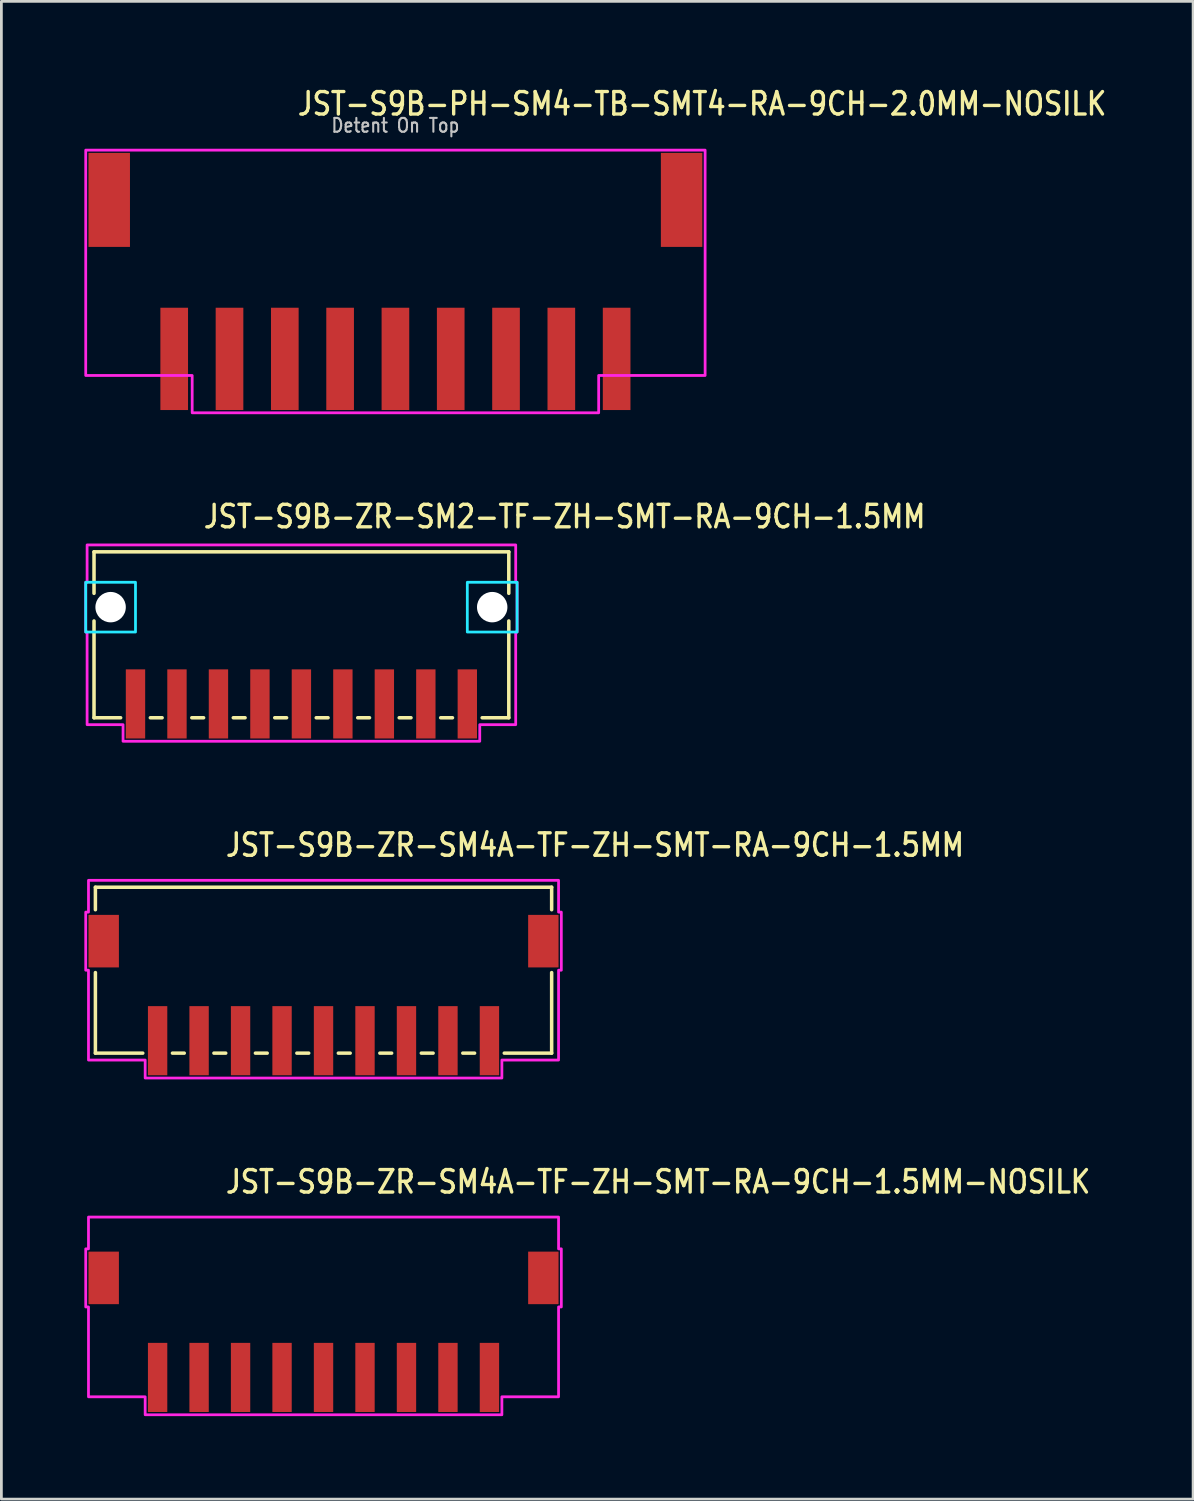
<source format=kicad_pcb>
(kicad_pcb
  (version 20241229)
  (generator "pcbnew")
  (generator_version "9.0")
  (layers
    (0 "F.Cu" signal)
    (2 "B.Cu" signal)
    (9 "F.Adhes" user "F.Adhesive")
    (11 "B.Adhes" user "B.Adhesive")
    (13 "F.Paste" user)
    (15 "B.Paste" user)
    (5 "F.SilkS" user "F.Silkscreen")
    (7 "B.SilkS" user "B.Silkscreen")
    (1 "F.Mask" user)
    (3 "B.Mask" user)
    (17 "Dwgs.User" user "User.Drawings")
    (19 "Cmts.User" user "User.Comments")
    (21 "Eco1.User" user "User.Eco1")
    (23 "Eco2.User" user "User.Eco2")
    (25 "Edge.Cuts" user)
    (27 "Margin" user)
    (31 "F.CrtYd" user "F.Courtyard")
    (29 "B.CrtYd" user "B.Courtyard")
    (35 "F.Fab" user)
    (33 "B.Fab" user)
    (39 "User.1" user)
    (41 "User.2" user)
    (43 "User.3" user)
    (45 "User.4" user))
  (footprint "JST-S9B-ZR-SM2-TF-ZH-SMT-RA-9CH-1.5MM"
    (layer "F.Cu")
    (at 7.85 18.907)
    (property "Reference" "JST-S9B-ZR-SM2-TF-ZH-SMT-RA-9CH-1.5MM" (at -3.6 -2.8 0) (unlocked yes) (layer "F.SilkS") (effects (font (size 0.813 0.695) (thickness 0.122)) (justify left bottom)))
    (fp_line (start -7.5 -2) (end -7.5 -0.5) (stroke (width 0.127) (type solid)) (layer "F.SilkS"))
    (fp_line (start -7.5 -2) (end 7.5 -2) (stroke (width 0.127) (type solid)) (layer "F.SilkS"))
    (fp_line (start -7.5 4) (end -7.5 0.5) (stroke (width 0.127) (type solid)) (layer "F.SilkS"))
    (fp_line (start -7.5 4) (end -6.537 4) (stroke (width 0.127) (type solid)) (layer "F.SilkS"))
    (fp_line (start -5.463 4) (end -5.037 4) (stroke (width 0.127) (type solid)) (layer "F.SilkS"))
    (fp_line (start -3.963 4) (end -3.537 4) (stroke (width 0.127) (type solid)) (layer "F.SilkS"))
    (fp_line (start -2.463 4) (end -2.037 4) (stroke (width 0.127) (type solid)) (layer "F.SilkS"))
    (fp_line (start -0.964 4) (end -0.536 4) (stroke (width 0.127) (type solid)) (layer "F.SilkS"))
    (fp_line (start 0.536 4) (end 0.964 4) (stroke (width 0.127) (type solid)) (layer "F.SilkS"))
    (fp_line (start 2.037 4) (end 2.463 4) (stroke (width 0.127) (type solid)) (layer "F.SilkS"))
    (fp_line (start 3.537 4) (end 3.963 4) (stroke (width 0.127) (type solid)) (layer "F.SilkS"))
    (fp_line (start 5.037 4) (end 5.463 4) (stroke (width 0.127) (type solid)) (layer "F.SilkS"))
    (fp_line (start 6.537 4) (end 7.5 4) (stroke (width 0.127) (type solid)) (layer "F.SilkS"))
    (fp_line (start 7.5 -0.5) (end 7.5 -2) (stroke (width 0.127) (type solid)) (layer "F.SilkS"))
    (fp_line (start 7.5 0.5) (end 7.5 4) (stroke (width 0.127) (type solid)) (layer "F.SilkS"))
    (fp_poly (pts (xy -7.8 -0.9) (xy -7.8 0.9) (xy -6 0.9) (xy -6 -0.9)) (stroke (width 0.1) (type solid)) (fill no) (layer "B.CrtYd"))
    (fp_poly (pts (xy 7.8 -0.9) (xy 7.8 0.9) (xy 6 0.9) (xy 6 -0.9)) (stroke (width 0.1) (type solid)) (fill no) (layer "B.CrtYd"))
    (fp_poly (pts (xy -7.75 -2.25) (xy -7.75 -0.9) (xy -7.8 -0.9) (xy -7.8 0.9) (xy -7.75 0.9) (xy -7.75 4.25) (xy -6.45 4.25) (xy -6.45 4.85) (xy 6.45 4.85) (xy 6.45 4.25) (xy 7.75 4.25) (xy 7.75 0.9) (xy 7.8 0.9) (xy 7.8 -0.9) (xy 7.75 -0.9) (xy 7.75 -2.25)) (stroke (width 0.1) (type solid)) (fill no) (layer "F.CrtYd"))
    (pad "" np_thru_hole circle (at -6.9 0) (size 1.1 1.1) (drill 1.1) (layers "*.Cu" "*.Mask"))
    (pad "" np_thru_hole circle (at 6.9 0) (size 1.1 1.1) (drill 1.1) (layers "*.Cu" "*.Mask"))
    (pad "P$1" smd rect (at 6 3.5) (size 0.7 2.5) (layers "F.Cu" "F.Mask" "F.Paste"))
    (pad "P$2" smd rect (at 4.5 3.5) (size 0.7 2.5) (layers "F.Cu" "F.Mask" "F.Paste"))
    (pad "P$3" smd rect (at 3 3.5) (size 0.7 2.5) (layers "F.Cu" "F.Mask" "F.Paste"))
    (pad "P$4" smd rect (at 1.5 3.5) (size 0.7 2.5) (layers "F.Cu" "F.Mask" "F.Paste"))
    (pad "P$5" smd rect (at 0 3.5) (size 0.7 2.5) (layers "F.Cu" "F.Mask" "F.Paste"))
    (pad "P$6" smd rect (at -1.5 3.5) (size 0.7 2.5) (layers "F.Cu" "F.Mask" "F.Paste"))
    (pad "P$7" smd rect (at -3 3.5) (size 0.7 2.5) (layers "F.Cu" "F.Mask" "F.Paste"))
    (pad "P$8" smd rect (at -4.5 3.5) (size 0.7 2.5) (layers "F.Cu" "F.Mask" "F.Paste"))
    (pad "P$9" smd rect (at -6 3.5) (size 0.7 2.5) (layers "F.Cu" "F.Mask" "F.Paste")))
  (footprint "JST-S9B-ZR-SM4A-TF-ZH-SMT-RA-9CH-1.5MM-NOSILK"
    (layer "F.Cu")
    (at 8.65 43.164)
    (property "Reference" "JST-S9B-ZR-SM4A-TF-ZH-SMT-RA-9CH-1.5MM-NOSILK" (at -3.6 -3 0) (unlocked yes) (layer "F.SilkS") (effects (font (size 0.813 0.695) (thickness 0.122)) (justify left bottom)))
    (fp_poly (pts (xy -8.5 -2.2) (xy -8.5 -1.05) (xy -8.6 -1.05) (xy -8.6 1.05) (xy -8.5 1.05) (xy -8.5 4.3) (xy -6.45 4.3) (xy -6.45 4.95) (xy 6.45 4.95) (xy 6.45 4.3) (xy 8.5 4.3) (xy 8.5 1.05) (xy 8.6 1.05) (xy 8.6 -1.05) (xy 8.5 -1.05) (xy 8.5 -2.2)) (stroke (width 0.1) (type solid)) (fill no) (layer "F.CrtYd"))
    (pad "P$1" smd rect (at 6 3.6) (size 0.7 2.5) (layers "F.Cu" "F.Mask" "F.Paste"))
    (pad "P$2" smd rect (at 4.5 3.6) (size 0.7 2.5) (layers "F.Cu" "F.Mask" "F.Paste"))
    (pad "P$3" smd rect (at 3 3.6) (size 0.7 2.5) (layers "F.Cu" "F.Mask" "F.Paste"))
    (pad "P$4" smd rect (at 1.5 3.6) (size 0.7 2.5) (layers "F.Cu" "F.Mask" "F.Paste"))
    (pad "P$5" smd rect (at 0 3.6) (size 0.7 2.5) (layers "F.Cu" "F.Mask" "F.Paste"))
    (pad "P$6" smd rect (at -1.5 3.6) (size 0.7 2.5) (layers "F.Cu" "F.Mask" "F.Paste"))
    (pad "P$7" smd rect (at -3 3.6) (size 0.7 2.5) (layers "F.Cu" "F.Mask" "F.Paste"))
    (pad "P$8" smd rect (at -4.5 3.6) (size 0.7 2.5) (layers "F.Cu" "F.Mask" "F.Paste"))
    (pad "P$9" smd rect (at -6 3.6) (size 0.7 2.5) (layers "F.Cu" "F.Mask" "F.Paste"))
    (pad "S$1" smd rect (at -7.95 0) (size 1.1 1.9) (layers "F.Cu" "F.Mask" "F.Paste"))
    (pad "S$2" smd rect (at 7.95 0) (size 1.1 1.9) (layers "F.Cu" "F.Mask" "F.Paste")))
  (footprint "JST-S9B-PH-SM4-TB-SMT4-RA-9CH-2.0MM-NOSILK"
    (layer "F.Cu")
    (at 11.25 4.179)
    (property "Reference" "JST-S9B-PH-SM4-TB-SMT4-RA-9CH-2.0MM-NOSILK" (at -3.6 -3 0) (unlocked yes) (layer "F.SilkS") (effects (font (size 0.813 0.695) (thickness 0.122)) (justify left bottom)))
    (fp_poly (pts (xy -11.2 -1.8) (xy -11.2 6.35) (xy -7.35 6.35) (xy -7.35 7.7) (xy 7.35 7.7) (xy 7.35 6.35) (xy 11.2 6.35) (xy 11.2 -1.8)) (stroke (width 0.1) (type solid)) (fill no) (layer "F.CrtYd"))
    (fp_text user "Detent On Top" (at 0 -2.4 0) (unlocked yes) (layer "Dwgs.User") (effects (font (size 0.5 0.427) (thickness 0.075)) (justify bottom)))
    (pad "P$1" smd rect (at 8 5.75) (size 1 3.7) (layers "F.Cu" "F.Mask" "F.Paste"))
    (pad "P$2" smd rect (at 6 5.75) (size 1 3.7) (layers "F.Cu" "F.Mask" "F.Paste"))
    (pad "P$3" smd rect (at 4 5.75) (size 1 3.7) (layers "F.Cu" "F.Mask" "F.Paste"))
    (pad "P$4" smd rect (at 2 5.75) (size 1 3.7) (layers "F.Cu" "F.Mask" "F.Paste"))
    (pad "P$5" smd rect (at 0 5.75) (size 1 3.7) (layers "F.Cu" "F.Mask" "F.Paste"))
    (pad "P$6" smd rect (at -2 5.75) (size 1 3.7) (layers "F.Cu" "F.Mask" "F.Paste"))
    (pad "P$7" smd rect (at -4 5.75) (size 1 3.7) (layers "F.Cu" "F.Mask" "F.Paste"))
    (pad "P$8" smd rect (at -6 5.75) (size 1 3.7) (layers "F.Cu" "F.Mask" "F.Paste"))
    (pad "P$9" smd rect (at -8 5.75) (size 1 3.7) (layers "F.Cu" "F.Mask" "F.Paste"))
    (pad "S$1" smd rect (at -10.35 0) (size 1.5 3.4) (layers "F.Cu" "F.Mask" "F.Paste"))
    (pad "S$2" smd rect (at 10.35 0) (size 1.5 3.4) (layers "F.Cu" "F.Mask" "F.Paste")))
  (footprint "JST-S9B-ZR-SM4A-TF-ZH-SMT-RA-9CH-1.5MM"
    (layer "F.Cu")
    (at 8.65 30.986)
    (property "Reference" "JST-S9B-ZR-SM4A-TF-ZH-SMT-RA-9CH-1.5MM" (at -3.6 -3 0) (unlocked yes) (layer "F.SilkS") (effects (font (size 0.813 0.695) (thickness 0.122)) (justify left bottom)))
    (fp_line (start -8.25 -1.95) (end -8.25 -1.137) (stroke (width 0.127) (type solid)) (layer "F.SilkS"))
    (fp_line (start -8.25 -1.95) (end 8.25 -1.95) (stroke (width 0.127) (type solid)) (layer "F.SilkS"))
    (fp_line (start -8.25 4.05) (end -8.25 1.137) (stroke (width 0.127) (type solid)) (layer "F.SilkS"))
    (fp_line (start -8.25 4.05) (end -6.537 4.05) (stroke (width 0.127) (type solid)) (layer "F.SilkS"))
    (fp_line (start -5.463 4.05) (end -5.037 4.05) (stroke (width 0.127) (type solid)) (layer "F.SilkS"))
    (fp_line (start -3.963 4.05) (end -3.537 4.05) (stroke (width 0.127) (type solid)) (layer "F.SilkS"))
    (fp_line (start -2.463 4.05) (end -2.037 4.05) (stroke (width 0.127) (type solid)) (layer "F.SilkS"))
    (fp_line (start -0.964 4.05) (end -0.536 4.05) (stroke (width 0.127) (type solid)) (layer "F.SilkS"))
    (fp_line (start 0.536 4.05) (end 0.964 4.05) (stroke (width 0.127) (type solid)) (layer "F.SilkS"))
    (fp_line (start 2.037 4.05) (end 2.463 4.05) (stroke (width 0.127) (type solid)) (layer "F.SilkS"))
    (fp_line (start 3.537 4.05) (end 3.963 4.05) (stroke (width 0.127) (type solid)) (layer "F.SilkS"))
    (fp_line (start 5.037 4.05) (end 5.463 4.05) (stroke (width 0.127) (type solid)) (layer "F.SilkS"))
    (fp_line (start 6.537 4.05) (end 8.25 4.05) (stroke (width 0.127) (type solid)) (layer "F.SilkS"))
    (fp_line (start 8.25 -1.137) (end 8.25 -1.95) (stroke (width 0.127) (type solid)) (layer "F.SilkS"))
    (fp_line (start 8.25 1.137) (end 8.25 4.05) (stroke (width 0.127) (type solid)) (layer "F.SilkS"))
    (fp_poly (pts (xy -8.5 -2.2) (xy -8.5 -1.05) (xy -8.6 -1.05) (xy -8.6 1.05) (xy -8.5 1.05) (xy -8.5 4.3) (xy -6.45 4.3) (xy -6.45 4.95) (xy 6.45 4.95) (xy 6.45 4.3) (xy 8.5 4.3) (xy 8.5 1.05) (xy 8.6 1.05) (xy 8.6 -1.05) (xy 8.5 -1.05) (xy 8.5 -2.2)) (stroke (width 0.1) (type solid)) (fill no) (layer "F.CrtYd"))
    (pad "P$1" smd rect (at 6 3.6) (size 0.7 2.5) (layers "F.Cu" "F.Mask" "F.Paste"))
    (pad "P$2" smd rect (at 4.5 3.6) (size 0.7 2.5) (layers "F.Cu" "F.Mask" "F.Paste"))
    (pad "P$3" smd rect (at 3 3.6) (size 0.7 2.5) (layers "F.Cu" "F.Mask" "F.Paste"))
    (pad "P$4" smd rect (at 1.5 3.6) (size 0.7 2.5) (layers "F.Cu" "F.Mask" "F.Paste"))
    (pad "P$5" smd rect (at 0 3.6) (size 0.7 2.5) (layers "F.Cu" "F.Mask" "F.Paste"))
    (pad "P$6" smd rect (at -1.5 3.6) (size 0.7 2.5) (layers "F.Cu" "F.Mask" "F.Paste"))
    (pad "P$7" smd rect (at -3 3.6) (size 0.7 2.5) (layers "F.Cu" "F.Mask" "F.Paste"))
    (pad "P$8" smd rect (at -4.5 3.6) (size 0.7 2.5) (layers "F.Cu" "F.Mask" "F.Paste"))
    (pad "P$9" smd rect (at -6 3.6) (size 0.7 2.5) (layers "F.Cu" "F.Mask" "F.Paste"))
    (pad "S$1" smd rect (at -7.95 0) (size 1.1 1.9) (layers "F.Cu" "F.Mask" "F.Paste"))
    (pad "S$2" smd rect (at 7.95 0) (size 1.1 1.9) (layers "F.Cu" "F.Mask" "F.Paste")))
  (gr_rect
    (start -3 -3)
    (end 40.098 51.164)
    (stroke (width 0.1) (type default))
    (fill no)
    (layer "Edge.Cuts")))
</source>
